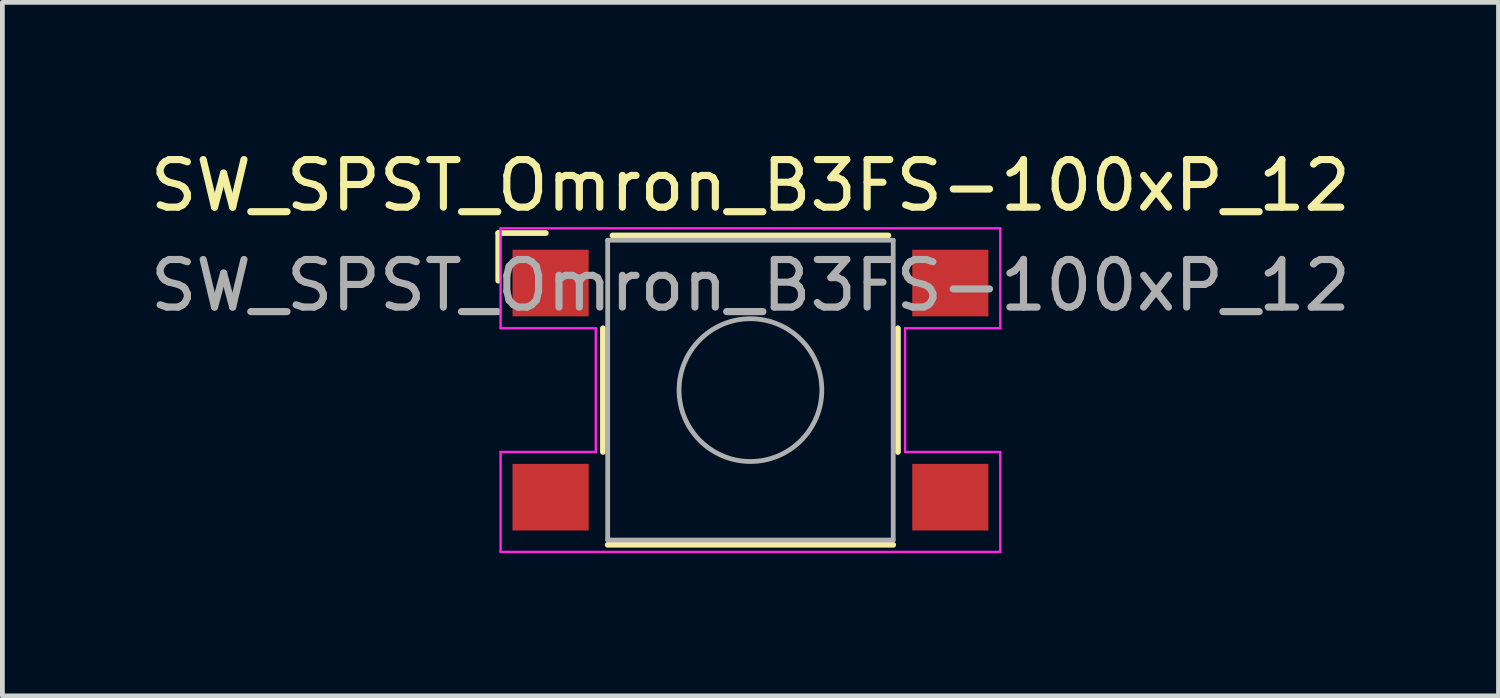
<source format=kicad_pcb>
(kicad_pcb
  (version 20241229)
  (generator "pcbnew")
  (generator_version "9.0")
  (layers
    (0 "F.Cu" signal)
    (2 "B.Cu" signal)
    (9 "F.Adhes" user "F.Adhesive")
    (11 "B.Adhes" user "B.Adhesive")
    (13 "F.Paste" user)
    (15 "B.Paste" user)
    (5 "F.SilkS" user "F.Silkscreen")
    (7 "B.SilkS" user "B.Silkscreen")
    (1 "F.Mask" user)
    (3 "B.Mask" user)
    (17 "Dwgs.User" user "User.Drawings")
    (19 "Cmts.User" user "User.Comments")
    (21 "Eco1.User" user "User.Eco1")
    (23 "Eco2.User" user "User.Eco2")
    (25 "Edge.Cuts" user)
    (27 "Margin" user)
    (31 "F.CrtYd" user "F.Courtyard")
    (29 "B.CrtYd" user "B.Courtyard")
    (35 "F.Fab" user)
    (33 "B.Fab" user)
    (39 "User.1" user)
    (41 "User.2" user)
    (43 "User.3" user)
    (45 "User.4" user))
  (footprint "SW_SPST_Omron_B3FS-100xP_12"
    (layer "F.Cu")
    (at 12.72 5.148)
    (property "Reference" "SW_SPST_Omron_B3FS-100xP_12" (at 0 -4.3 0) (layer "F.SilkS") (effects (font (size 1 1) (thickness 0.15))))
    (attr smd)
    (fp_line (start -5.3 -3.3) (end -4.3 -3.3) (stroke (width 0.12) (type solid)) (layer "F.SilkS"))
    (fp_line (start -5.3 -2.3) (end -5.3 -3.3) (stroke (width 0.12) (type solid)) (layer "F.SilkS"))
    (fp_line (start -3.1 -1.3) (end -3.1 1.3) (stroke (width 0.12) (type solid)) (layer "F.SilkS"))
    (fp_line (start 2.9 -3.25) (end -2.9 -3.25) (stroke (width 0.12) (type solid)) (layer "F.SilkS"))
    (fp_line (start 3 3.25) (end -3 3.25) (stroke (width 0.12) (type solid)) (layer "F.SilkS"))
    (fp_line (start 3.1 -1.3) (end 3.1 1.3) (stroke (width 0.12) (type solid)) (layer "F.SilkS"))
    (fp_line (start -5.25 -3.4) (end 5.25 -3.4) (stroke (width 0.05) (type solid)) (layer "F.CrtYd"))
    (fp_line (start -5.25 -1.3) (end -5.25 -3.4) (stroke (width 0.05) (type solid)) (layer "F.CrtYd"))
    (fp_line (start -5.25 1.3) (end -3.25 1.3) (stroke (width 0.05) (type solid)) (layer "F.CrtYd"))
    (fp_line (start -5.25 3.4) (end -5.25 1.3) (stroke (width 0.05) (type solid)) (layer "F.CrtYd"))
    (fp_line (start -3.25 -1.3) (end -5.25 -1.3) (stroke (width 0.05) (type solid)) (layer "F.CrtYd"))
    (fp_line (start -3.25 1.3) (end -3.25 -1.3) (stroke (width 0.05) (type solid)) (layer "F.CrtYd"))
    (fp_line (start 3.25 -1.3) (end 3.25 1.3) (stroke (width 0.05) (type solid)) (layer "F.CrtYd"))
    (fp_line (start 3.25 1.3) (end 5.25 1.3) (stroke (width 0.05) (type solid)) (layer "F.CrtYd"))
    (fp_line (start 5.25 -3.4) (end 5.25 -1.3) (stroke (width 0.05) (type solid)) (layer "F.CrtYd"))
    (fp_line (start 5.25 -1.3) (end 3.25 -1.3) (stroke (width 0.05) (type solid)) (layer "F.CrtYd"))
    (fp_line (start 5.25 1.3) (end 5.25 3.4) (stroke (width 0.05) (type solid)) (layer "F.CrtYd"))
    (fp_line (start 5.25 3.4) (end -5.25 3.4) (stroke (width 0.05) (type solid)) (layer "F.CrtYd"))
    (fp_line (start -3 -3.15) (end 3 -3.15) (stroke (width 0.1) (type solid)) (layer "F.Fab"))
    (fp_line (start -3 3.15) (end -3 -3.15) (stroke (width 0.1) (type solid)) (layer "F.Fab"))
    (fp_line (start 3 -3.15) (end 3 3.15) (stroke (width 0.1) (type solid)) (layer "F.Fab"))
    (fp_line (start 3 3.15) (end -3 3.15) (stroke (width 0.1) (type solid)) (layer "F.Fab"))
    (fp_circle (center 0 0) (end 1.5 0) (stroke (width 0.1) (type solid)) (fill no) (layer "F.Fab"))
    (fp_text user "${REFERENCE}" (at 0 -2.2 0) (layer "F.Fab") (effects (font (size 1 1) (thickness 0.15))))
    (pad "1" smd rect (at -4.2 -2.25 180) (size 1.6 1.4) (layers "F.Cu" "F.Mask" "F.Paste"))
    (pad "1" smd rect (at 4.2 -2.25 180) (size 1.6 1.4) (layers "F.Cu" "F.Mask" "F.Paste"))
    (pad "2" smd rect (at -4.2 2.25 180) (size 1.6 1.4) (layers "F.Cu" "F.Mask" "F.Paste"))
    (pad "2" smd rect (at 4.2 2.25 180) (size 1.6 1.4) (layers "F.Cu" "F.Mask" "F.Paste")))
  (gr_rect
    (start -3 -3)
    (end 28.44 11.573)
    (stroke (width 0.1) (type default))
    (fill no)
    (layer "Edge.Cuts")))
</source>
